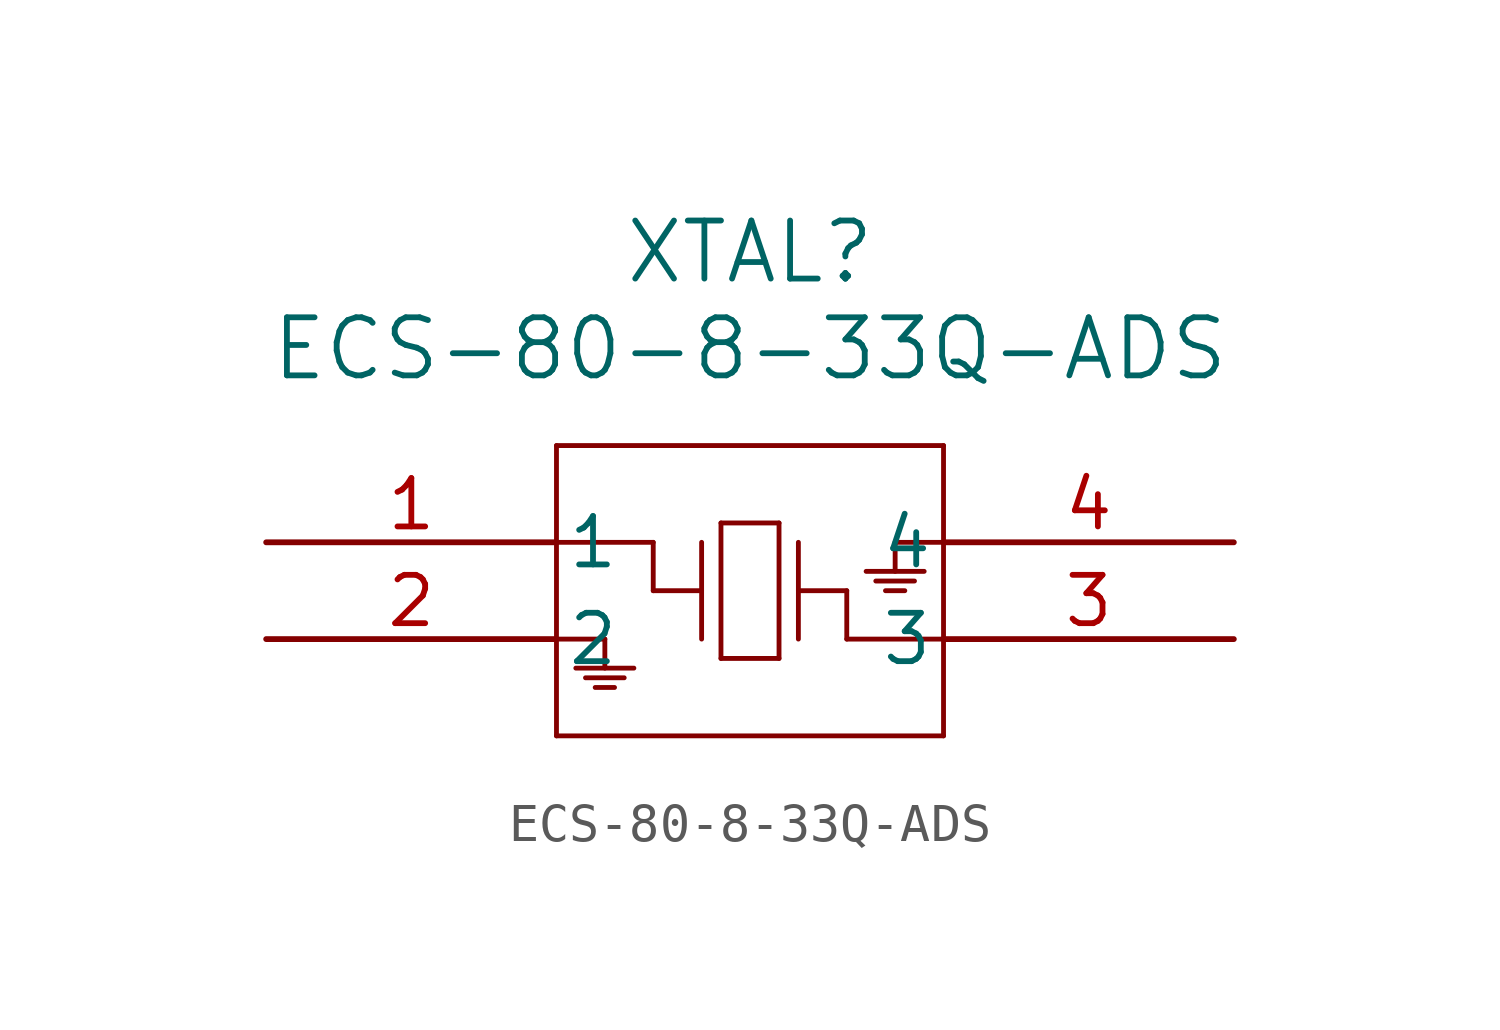
<source format=kicad_sym>
(kicad_symbol_lib
  (version 20211014)
  (generator kicad_symbol_editor)
  (symbol "ECS-80-8-33Q-ADS"
    (pin_names
      (offset 0.254))
    (property "Reference" "XTAL"
      (at 12.7 7.62 0)
      (effects (font (size 1.524 1.524))))
    (property "Value" "ECS-80-8-33Q-ADS"
      (at 12.7 5.08 0)
      (effects (font (size 1.524 1.524))))
    (symbol "ECS-80-8-33Q-ADS_0_1"
      (polyline (pts (xy 7.62 2.54) (xy 7.62 -5.08)) (stroke (width 0.127) (type default) (color 0 0 0 0)) (fill (type none)))
      (polyline (pts (xy 7.62 -5.08) (xy 17.78 -5.08)) (stroke (width 0.127) (type default) (color 0 0 0 0)) (fill (type none)))
      (polyline (pts (xy 17.78 -5.08) (xy 17.78 2.54)) (stroke (width 0.127) (type default) (color 0 0 0 0)) (fill (type none)))
      (polyline (pts (xy 17.78 2.54) (xy 7.62 2.54)) (stroke (width 0.127) (type default) (color 0 0 0 0)) (fill (type none)))
      (polyline (pts (xy 11.43 0) (xy 11.43 -2.54)) (stroke (width 0.127) (type default) (color 0 0 0 0)) (fill (type none)))
      (polyline (pts (xy 11.43 -1.27) (xy 10.16 -1.27)) (stroke (width 0.127) (type default) (color 0 0 0 0)) (fill (type none)))
      (polyline (pts (xy 10.16 -1.27) (xy 10.16 0)) (stroke (width 0.127) (type default) (color 0 0 0 0)) (fill (type none)))
      (polyline (pts (xy 10.16 0) (xy 7.62 0)) (stroke (width 0.127) (type default) (color 0 0 0 0)) (fill (type none)))
      (polyline (pts (xy 13.97 0) (xy 13.97 -2.54)) (stroke (width 0.127) (type default) (color 0 0 0 0)) (fill (type none)))
      (polyline (pts (xy 13.97 -1.27) (xy 15.24 -1.27)) (stroke (width 0.127) (type default) (color 0 0 0 0)) (fill (type none)))
      (polyline (pts (xy 15.24 -1.27) (xy 15.24 -2.54)) (stroke (width 0.127) (type default) (color 0 0 0 0)) (fill (type none)))
      (polyline (pts (xy 15.24 -2.54) (xy 17.78 -2.54)) (stroke (width 0.127) (type default) (color 0 0 0 0)) (fill (type none)))
      (polyline (pts (xy 11.938 0.508) (xy 11.938 -3.048)) (stroke (width 0.127) (type default) (color 0 0 0 0)) (fill (type none)))
      (polyline (pts (xy 11.938 -3.048) (xy 13.462 -3.048)) (stroke (width 0.127) (type default) (color 0 0 0 0)) (fill (type none)))
      (polyline (pts (xy 13.462 -3.048) (xy 13.462 0.508)) (stroke (width 0.127) (type default) (color 0 0 0 0)) (fill (type none)))
      (polyline (pts (xy 13.462 0.508) (xy 11.938 0.508)) (stroke (width 0.127) (type default) (color 0 0 0 0)) (fill (type none)))
      (polyline (pts (xy 7.62 -2.54) (xy 8.89 -2.54)) (stroke (width 0.127) (type default) (color 0 0 0 0)) (fill (type none)))
      (polyline (pts (xy 8.89 -2.54) (xy 8.89 -3.302)) (stroke (width 0.127) (type default) (color 0 0 0 0)) (fill (type none)))
      (polyline (pts (xy 8.636 -3.81) (xy 9.144 -3.81)) (stroke (width 0.127) (type default) (color 0 0 0 0)) (fill (type none)))
      (polyline (pts (xy 8.382 -3.556) (xy 9.398 -3.556)) (stroke (width 0.127) (type default) (color 0 0 0 0)) (fill (type none)))
      (polyline (pts (xy 8.128 -3.302) (xy 9.652 -3.302)) (stroke (width 0.127) (type default) (color 0 0 0 0)) (fill (type none)))
      (polyline (pts (xy 17.78 0) (xy 16.51 0)) (stroke (width 0.127) (type default) (color 0 0 0 0)) (fill (type none)))
      (polyline (pts (xy 16.51 0) (xy 16.51 -0.762)) (stroke (width 0.127) (type default) (color 0 0 0 0)) (fill (type none)))
      (polyline (pts (xy 16.764 -1.27) (xy 16.256 -1.27)) (stroke (width 0.127) (type default) (color 0 0 0 0)) (fill (type none)))
      (polyline (pts (xy 17.018 -1.016) (xy 16.002 -1.016)) (stroke (width 0.127) (type default) (color 0 0 0 0)) (fill (type none)))
      (polyline (pts (xy 17.272 -0.762) (xy 15.748 -0.762)) (stroke (width 0.127) (type default) (color 0 0 0 0)) (fill (type none)))
      (pin bidirectional line (at 0 0 0) (length 7.62) (name "1" (effects (font (size 1.27 1.27)))) (number "1" (effects (font (size 1.27 1.27)))))
      (pin power_out line (at 0 -2.54 0) (length 7.62) (name "2" (effects (font (size 1.27 1.27)))) (number "2" (effects (font (size 1.27 1.27)))))
      (pin bidirectional line (at 25.4 -2.54 180) (length 7.62) (name "3" (effects (font (size 1.27 1.27)))) (number "3" (effects (font (size 1.27 1.27)))))
      (pin power_out line (at 25.4 0 180) (length 7.62) (name "4" (effects (font (size 1.27 1.27)))) (number "4" (effects (font (size 1.27 1.27))))))))
</source>
